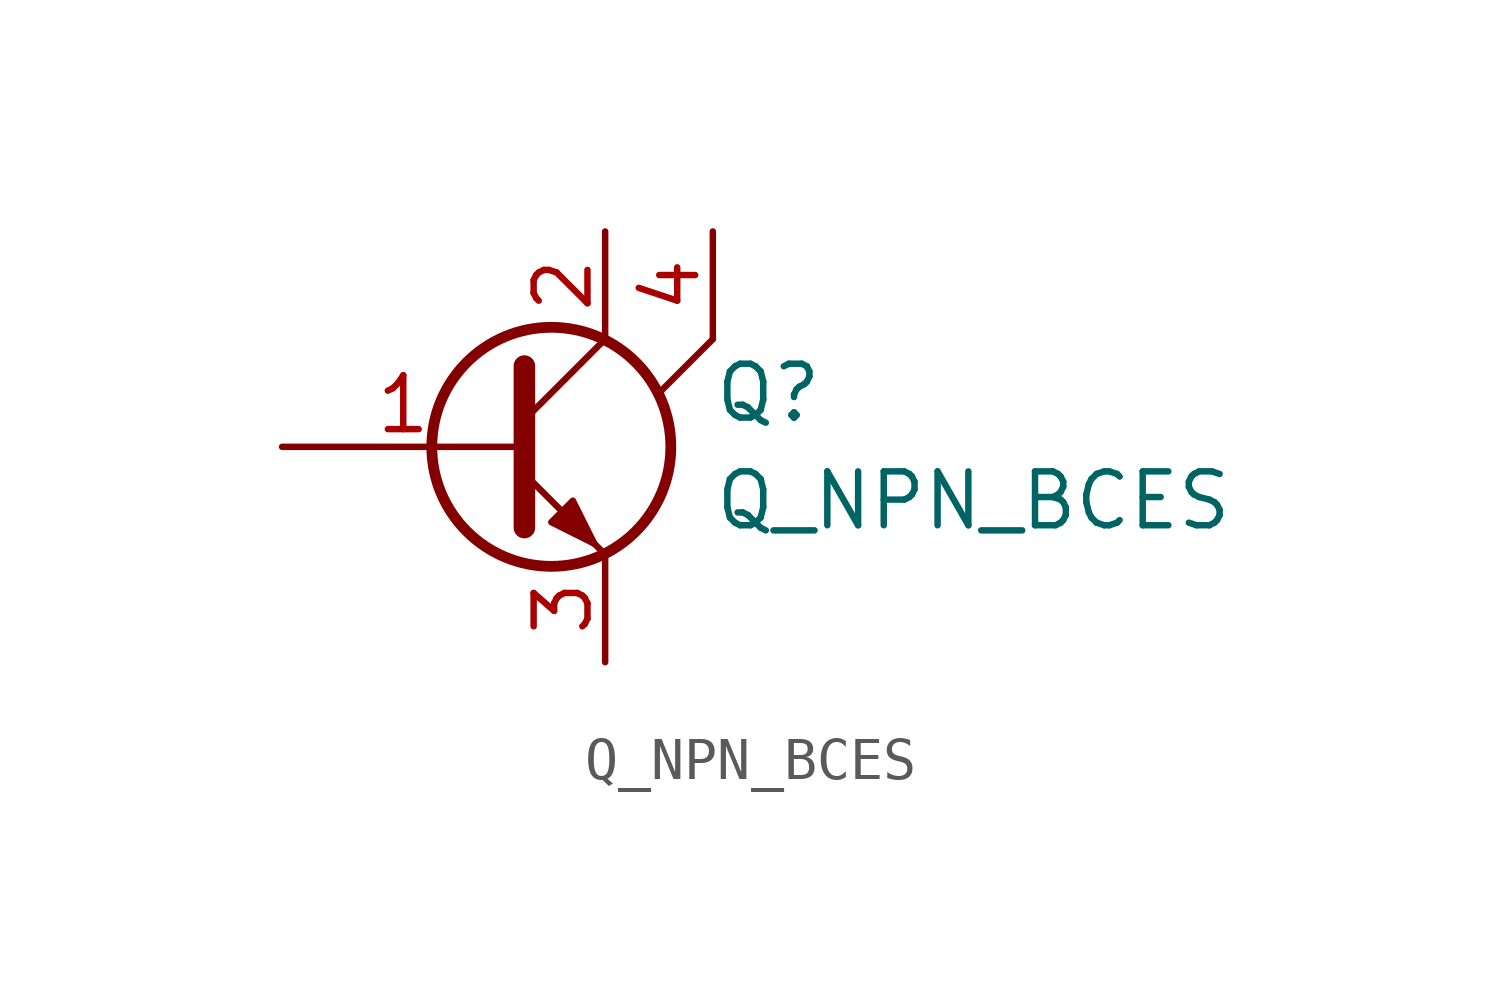
<source format=kicad_sym>
(kicad_symbol_lib
  (version 20211014)
  (generator kicad_symbol_editor)
  (symbol "Q_NPN_BCES"
    (pin_names
      (offset 0) hide)
    (property "Reference" "Q"
      (at 5.08 1.27 0)
      (effects (font (size 1.27 1.27)) (justify left)))
    (property "Value" "Q_NPN_BCES"
      (at 5.08 -1.27 0)
      (effects (font (size 1.27 1.27)) (justify left)))
    (symbol "Q_NPN_BCES_0_1"
      (polyline (pts (xy 0.635 0.635) (xy 2.54 2.54)) (stroke (width 0) (type default) (color 0 0 0 0)) (fill (type none)))
      (polyline (pts (xy 3.81 1.27) (xy 5.08 2.54)) (stroke (width 0) (type default) (color 0 0 0 0)) (fill (type none)))
      (polyline (pts (xy 0.635 -0.635) (xy 2.54 -2.54) (xy 2.54 -2.54)) (stroke (width 0) (type default) (color 0 0 0 0)) (fill (type none)))
      (polyline (pts (xy 0.635 1.905) (xy 0.635 -1.905) (xy 0.635 -1.905)) (stroke (width 0.508) (type default) (color 0 0 0 0)) (fill (type none)))
      (polyline (pts (xy 1.27 -1.778) (xy 1.778 -1.27) (xy 2.286 -2.286) (xy 1.27 -1.778) (xy 1.27 -1.778)) (stroke (width 0) (type default) (color 0 0 0 0)) (fill (type outline)))
      (circle (center 1.27 0) (radius 2.819) (stroke (width 0.254) (type default) (color 0 0 0 0)) (fill (type none))))
    (symbol "Q_NPN_BCES_1_1"
      (pin input line (at -5.08 0 0) (length 5.715) (name "`" (effects (font (size 1.27 1.27)))) (number "1" (effects (font (size 1.27 1.27)))))
      (pin passive line (at 2.54 5.08 270) (length 2.54) (name "C" (effects (font (size 1.27 1.27)))) (number "2" (effects (font (size 1.27 1.27)))))
      (pin passive line (at 2.54 -5.08 90) (length 2.54) (name "E" (effects (font (size 1.27 1.27)))) (number "3" (effects (font (size 1.27 1.27)))))
      (pin passive line (at 5.08 5.08 270) (length 2.54) (name "S" (effects (font (size 1.27 1.27)))) (number "4" (effects (font (size 1.27 1.27))))))))
</source>
